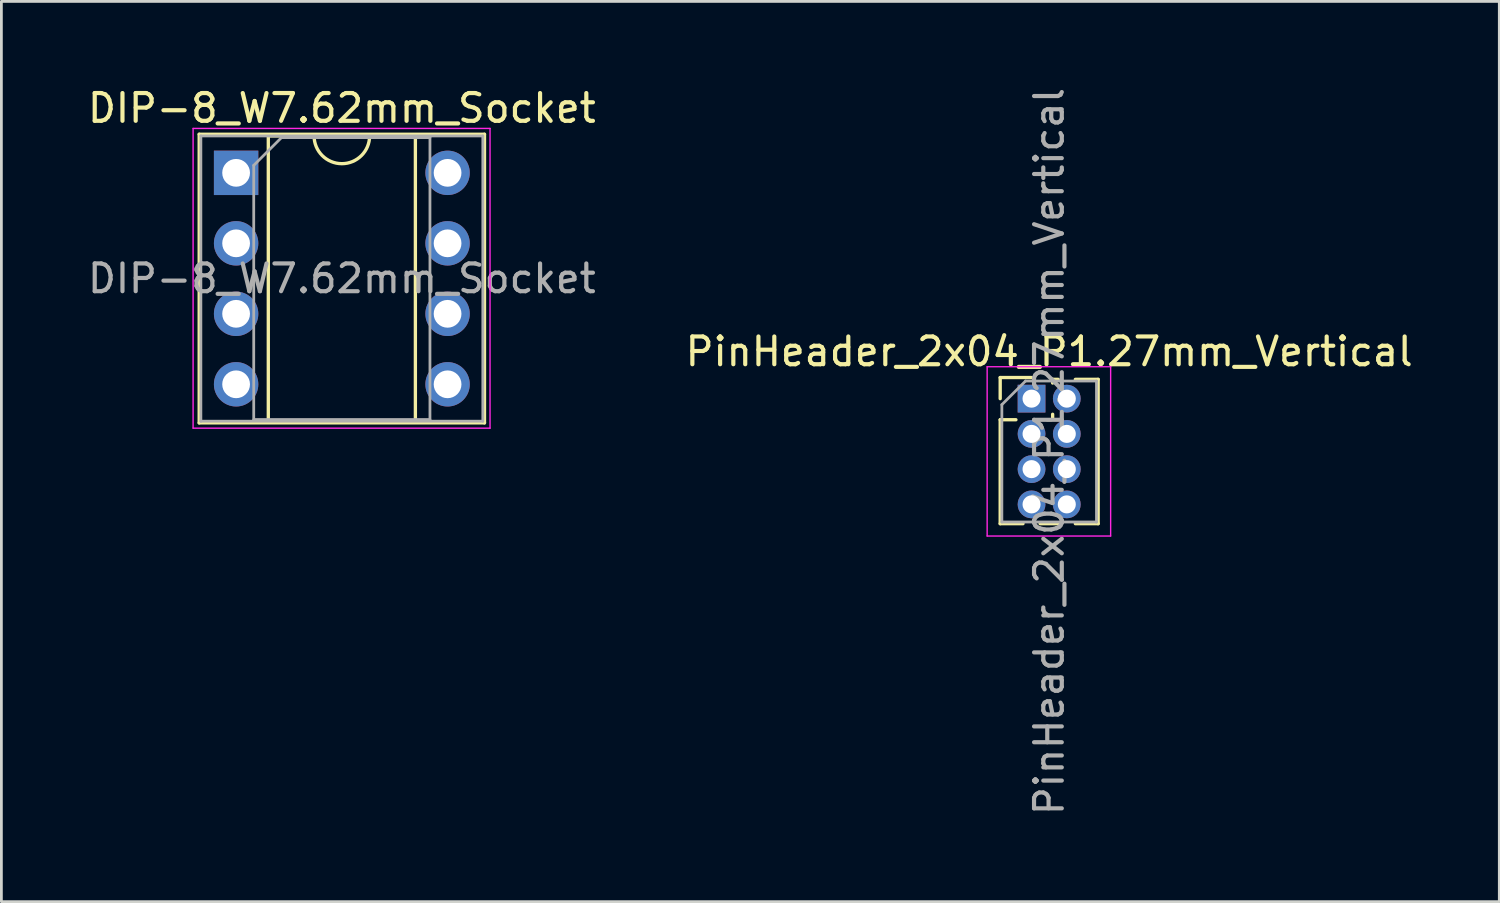
<source format=kicad_pcb>
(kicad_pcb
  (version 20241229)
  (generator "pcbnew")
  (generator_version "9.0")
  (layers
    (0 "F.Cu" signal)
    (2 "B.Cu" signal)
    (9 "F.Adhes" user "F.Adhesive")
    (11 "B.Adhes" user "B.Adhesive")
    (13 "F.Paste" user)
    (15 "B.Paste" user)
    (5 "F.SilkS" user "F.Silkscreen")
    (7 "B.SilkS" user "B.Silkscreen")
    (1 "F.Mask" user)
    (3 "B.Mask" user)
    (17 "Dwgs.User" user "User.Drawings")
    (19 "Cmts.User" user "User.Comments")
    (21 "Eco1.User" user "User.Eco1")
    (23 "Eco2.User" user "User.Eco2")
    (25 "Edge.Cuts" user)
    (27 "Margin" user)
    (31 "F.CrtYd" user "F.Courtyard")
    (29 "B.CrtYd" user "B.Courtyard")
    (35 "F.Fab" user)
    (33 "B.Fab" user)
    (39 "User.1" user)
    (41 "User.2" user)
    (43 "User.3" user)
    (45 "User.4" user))
  (footprint "PinHeader_2x04_P1.27mm_Vertical"
    (layer "F.Cu")
    (at 34.121 11.315)
    (property "Reference" "PinHeader_2x04_P1.27mm_Vertical" (at 0.635 -1.695 0) (layer "F.SilkS") (effects (font (size 1 1) (thickness 0.15))))
    (attr through_hole)
    (fp_line (start -1.13 -0.76) (end 0 -0.76) (stroke (width 0.12) (type solid)) (layer "F.SilkS"))
    (fp_line (start -1.13 0) (end -1.13 -0.76) (stroke (width 0.12) (type solid)) (layer "F.SilkS"))
    (fp_line (start -1.13 0.76) (end -1.13 4.505) (stroke (width 0.12) (type solid)) (layer "F.SilkS"))
    (fp_line (start -1.13 0.76) (end -0.563 0.76) (stroke (width 0.12) (type solid)) (layer "F.SilkS"))
    (fp_line (start -1.13 4.505) (end -0.308 4.505) (stroke (width 0.12) (type solid)) (layer "F.SilkS"))
    (fp_line (start 0.308 4.505) (end 0.962 4.505) (stroke (width 0.12) (type solid)) (layer "F.SilkS"))
    (fp_line (start 0.563 0.76) (end 0.707 0.76) (stroke (width 0.12) (type solid)) (layer "F.SilkS"))
    (fp_line (start 0.76 -0.695) (end 0.962 -0.695) (stroke (width 0.12) (type solid)) (layer "F.SilkS"))
    (fp_line (start 0.76 -0.563) (end 0.76 -0.695) (stroke (width 0.12) (type solid)) (layer "F.SilkS"))
    (fp_line (start 0.76 0.707) (end 0.76 0.563) (stroke (width 0.12) (type solid)) (layer "F.SilkS"))
    (fp_line (start 1.578 -0.695) (end 2.4 -0.695) (stroke (width 0.12) (type solid)) (layer "F.SilkS"))
    (fp_line (start 1.578 4.505) (end 2.4 4.505) (stroke (width 0.12) (type solid)) (layer "F.SilkS"))
    (fp_line (start 2.4 -0.695) (end 2.4 4.505) (stroke (width 0.12) (type solid)) (layer "F.SilkS"))
    (fp_line (start -1.6 -1.15) (end -1.6 4.95) (stroke (width 0.05) (type solid)) (layer "F.CrtYd"))
    (fp_line (start -1.6 4.95) (end 2.85 4.95) (stroke (width 0.05) (type solid)) (layer "F.CrtYd"))
    (fp_line (start 2.85 -1.15) (end -1.6 -1.15) (stroke (width 0.05) (type solid)) (layer "F.CrtYd"))
    (fp_line (start 2.85 4.95) (end 2.85 -1.15) (stroke (width 0.05) (type solid)) (layer "F.CrtYd"))
    (fp_line (start -1.07 0.217) (end -0.217 -0.635) (stroke (width 0.1) (type solid)) (layer "F.Fab"))
    (fp_line (start -1.07 4.445) (end -1.07 0.217) (stroke (width 0.1) (type solid)) (layer "F.Fab"))
    (fp_line (start -0.217 -0.635) (end 2.34 -0.635) (stroke (width 0.1) (type solid)) (layer "F.Fab"))
    (fp_line (start 2.34 -0.635) (end 2.34 4.445) (stroke (width 0.1) (type solid)) (layer "F.Fab"))
    (fp_line (start 2.34 4.445) (end -1.07 4.445) (stroke (width 0.1) (type solid)) (layer "F.Fab"))
    (fp_text user "${REFERENCE}" (at 0.635 1.905 90) (layer "F.Fab") (effects (font (size 1 1) (thickness 0.15))))
    (pad "1" thru_hole rect (at 0 0) (size 1 1) (drill 0.65) (layers "*.Cu" "*.Mask"))
    (pad "2" thru_hole oval (at 0 1.27) (size 1 1) (drill 0.65) (layers "*.Cu" "*.Mask"))
    (pad "3" thru_hole oval (at 0 2.54) (size 1 1) (drill 0.65) (layers "*.Cu" "*.Mask"))
    (pad "4" thru_hole oval (at 0 3.81) (size 1 1) (drill 0.65) (layers "*.Cu" "*.Mask"))
    (pad "5" thru_hole oval (at 1.27 3.81) (size 1 1) (drill 0.65) (layers "*.Cu" "*.Mask"))
    (pad "6" thru_hole oval (at 1.27 2.54) (size 1 1) (drill 0.65) (layers "*.Cu" "*.Mask"))
    (pad "7" thru_hole oval (at 1.27 1.27) (size 1 1) (drill 0.65) (layers "*.Cu" "*.Mask"))
    (pad "8" thru_hole oval (at 1.27 0) (size 1 1) (drill 0.65) (layers "*.Cu" "*.Mask")))
  (footprint "DIP-8_W7.62mm_Socket"
    (layer "F.Cu")
    (at 5.458 3.178)
    (property "Reference" "DIP-8_W7.62mm_Socket" (at 3.81 -2.33 0) (layer "F.SilkS") (effects (font (size 1 1) (thickness 0.15))))
    (attr through_hole)
    (fp_line (start -1.33 -1.39) (end -1.33 9.01) (stroke (width 0.12) (type solid)) (layer "F.SilkS"))
    (fp_line (start -1.33 9.01) (end 8.95 9.01) (stroke (width 0.12) (type solid)) (layer "F.SilkS"))
    (fp_line (start 1.16 -1.33) (end 1.16 8.95) (stroke (width 0.12) (type solid)) (layer "F.SilkS"))
    (fp_line (start 1.16 8.95) (end 6.46 8.95) (stroke (width 0.12) (type solid)) (layer "F.SilkS"))
    (fp_line (start 2.81 -1.33) (end 1.16 -1.33) (stroke (width 0.12) (type solid)) (layer "F.SilkS"))
    (fp_line (start 6.46 -1.33) (end 4.81 -1.33) (stroke (width 0.12) (type solid)) (layer "F.SilkS"))
    (fp_line (start 6.46 8.95) (end 6.46 -1.33) (stroke (width 0.12) (type solid)) (layer "F.SilkS"))
    (fp_line (start 8.95 -1.39) (end -1.33 -1.39) (stroke (width 0.12) (type solid)) (layer "F.SilkS"))
    (fp_line (start 8.95 9.01) (end 8.95 -1.39) (stroke (width 0.12) (type solid)) (layer "F.SilkS"))
    (fp_arc (start 4.81 -1.33) (mid 3.81 -0.33) (end 2.81 -1.33) (stroke (width 0.12) (type solid)) (layer "F.SilkS"))
    (fp_line (start -1.55 -1.6) (end -1.55 9.2) (stroke (width 0.05) (type solid)) (layer "F.CrtYd"))
    (fp_line (start -1.55 9.2) (end 9.15 9.2) (stroke (width 0.05) (type solid)) (layer "F.CrtYd"))
    (fp_line (start 9.15 -1.6) (end -1.55 -1.6) (stroke (width 0.05) (type solid)) (layer "F.CrtYd"))
    (fp_line (start 9.15 9.2) (end 9.15 -1.6) (stroke (width 0.05) (type solid)) (layer "F.CrtYd"))
    (fp_line (start -1.27 -1.33) (end -1.27 8.95) (stroke (width 0.1) (type solid)) (layer "F.Fab"))
    (fp_line (start -1.27 8.95) (end 8.89 8.95) (stroke (width 0.1) (type solid)) (layer "F.Fab"))
    (fp_line (start 0.635 -0.27) (end 1.635 -1.27) (stroke (width 0.1) (type solid)) (layer "F.Fab"))
    (fp_line (start 0.635 8.89) (end 0.635 -0.27) (stroke (width 0.1) (type solid)) (layer "F.Fab"))
    (fp_line (start 1.635 -1.27) (end 6.985 -1.27) (stroke (width 0.1) (type solid)) (layer "F.Fab"))
    (fp_line (start 6.985 -1.27) (end 6.985 8.89) (stroke (width 0.1) (type solid)) (layer "F.Fab"))
    (fp_line (start 6.985 8.89) (end 0.635 8.89) (stroke (width 0.1) (type solid)) (layer "F.Fab"))
    (fp_line (start 8.89 -1.33) (end -1.27 -1.33) (stroke (width 0.1) (type solid)) (layer "F.Fab"))
    (fp_line (start 8.89 8.95) (end 8.89 -1.33) (stroke (width 0.1) (type solid)) (layer "F.Fab"))
    (fp_text user "${REFERENCE}" (at 3.81 3.81 0) (layer "F.Fab") (effects (font (size 1 1) (thickness 0.15))))
    (pad "1" thru_hole rect (at 0 0) (size 1.6 1.6) (drill 1) (layers "*.Cu" "*.Mask"))
    (pad "2" thru_hole oval (at 0 2.54) (size 1.6 1.6) (drill 1) (layers "*.Cu" "*.Mask"))
    (pad "3" thru_hole oval (at 0 5.08) (size 1.6 1.6) (drill 1) (layers "*.Cu" "*.Mask"))
    (pad "4" thru_hole oval (at 0 7.62) (size 1.6 1.6) (drill 1) (layers "*.Cu" "*.Mask"))
    (pad "5" thru_hole oval (at 7.62 7.62) (size 1.6 1.6) (drill 1) (layers "*.Cu" "*.Mask"))
    (pad "6" thru_hole oval (at 7.62 5.08) (size 1.6 1.6) (drill 1) (layers "*.Cu" "*.Mask"))
    (pad "7" thru_hole oval (at 7.62 2.54) (size 1.6 1.6) (drill 1) (layers "*.Cu" "*.Mask"))
    (pad "8" thru_hole oval (at 7.62 0) (size 1.6 1.6) (drill 1) (layers "*.Cu" "*.Mask")))
  (gr_rect
    (start -3 -3)
    (end 50.976 29.44)
    (stroke (width 0.1) (type default))
    (fill no)
    (layer "Edge.Cuts")))
</source>
